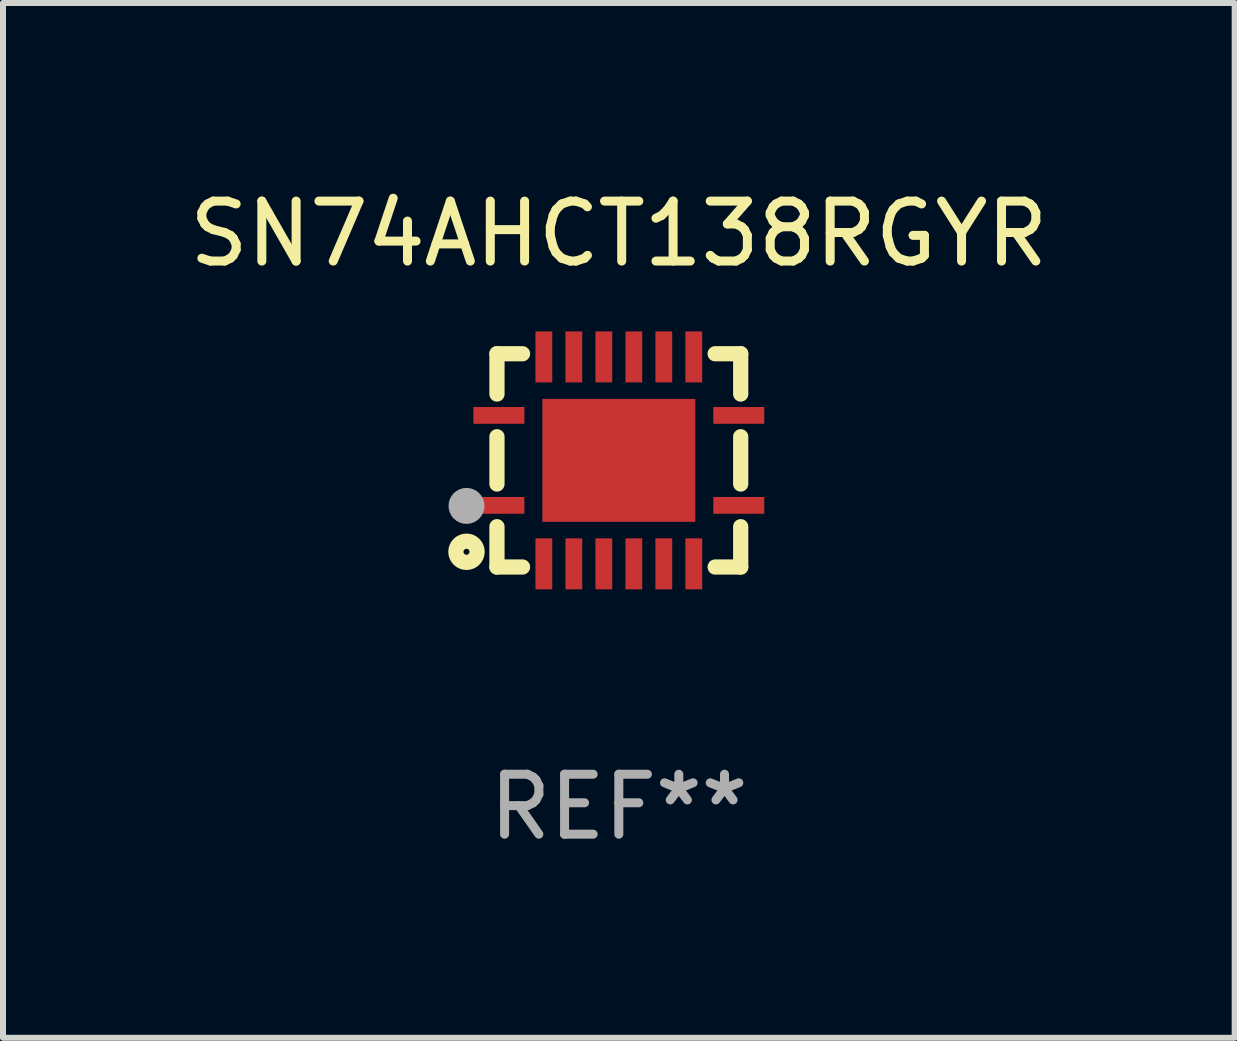
<source format=kicad_pcb>
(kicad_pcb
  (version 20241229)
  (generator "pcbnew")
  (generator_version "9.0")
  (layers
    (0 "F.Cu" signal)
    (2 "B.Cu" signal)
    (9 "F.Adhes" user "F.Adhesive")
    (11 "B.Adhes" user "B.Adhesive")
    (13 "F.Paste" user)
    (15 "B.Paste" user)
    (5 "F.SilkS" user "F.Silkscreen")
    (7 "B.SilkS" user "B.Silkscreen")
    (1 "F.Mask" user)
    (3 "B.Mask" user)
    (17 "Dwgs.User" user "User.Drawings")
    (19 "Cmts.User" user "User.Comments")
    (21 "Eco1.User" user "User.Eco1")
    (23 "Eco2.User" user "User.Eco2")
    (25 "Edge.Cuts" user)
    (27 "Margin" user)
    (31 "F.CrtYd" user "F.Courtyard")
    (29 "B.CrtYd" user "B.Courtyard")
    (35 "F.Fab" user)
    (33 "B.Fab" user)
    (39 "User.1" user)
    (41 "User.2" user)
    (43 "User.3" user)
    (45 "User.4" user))
  (footprint "SN74AHCT138RGYR"
    (layer "F.Cu")
    (at 7.268 4.626)
    (property "Reference" "SN74AHCT138RGYR" (at 0 -3.778 0) (layer "F.SilkS") (effects (font (size 1 1) (thickness 0.15))))
    (attr through_hole)
    (fp_line (start -2.032 -1.778) (end -2.032 -1.106) (stroke (width 0.254) (type solid)) (layer "F.SilkS"))
    (fp_line (start -2.032 -0.394) (end -2.032 0.394) (stroke (width 0.254) (type solid)) (layer "F.SilkS"))
    (fp_line (start -2.032 1.106) (end -2.032 1.778) (stroke (width 0.254) (type solid)) (layer "F.SilkS"))
    (fp_line (start -2.032 1.778) (end -1.606 1.778) (stroke (width 0.254) (type solid)) (layer "F.SilkS"))
    (fp_line (start -1.606 -1.778) (end -2.032 -1.778) (stroke (width 0.254) (type solid)) (layer "F.SilkS"))
    (fp_line (start 1.606 1.778) (end 2.032 1.778) (stroke (width 0.254) (type solid)) (layer "F.SilkS"))
    (fp_line (start 2.032 -1.778) (end 1.606 -1.778) (stroke (width 0.254) (type solid)) (layer "F.SilkS"))
    (fp_line (start 2.032 -1.106) (end 2.032 -1.778) (stroke (width 0.254) (type solid)) (layer "F.SilkS"))
    (fp_line (start 2.032 0.394) (end 2.032 -0.394) (stroke (width 0.254) (type solid)) (layer "F.SilkS"))
    (fp_line (start 2.032 1.778) (end 2.032 1.106) (stroke (width 0.254) (type solid)) (layer "F.SilkS"))
    (fp_circle (center -2.54 1.524) (end -2.363 1.524) (stroke (width 0.254) (type solid)) (fill no) (layer "F.SilkS"))
    (fp_circle (center -2.002 1.752) (end -1.952 1.752) (stroke (width 0.1) (type solid)) (fill no) (layer "F.SilkS"))
    (fp_circle (center -2.54 0.759) (end -2.39 0.759) (stroke (width 0.3) (type solid)) (fill no) (layer "F.Fab"))
    (fp_text user "REF**" (at 0 5.778 0) (layer "F.Fab") (effects (font (size 1 1) (thickness 0.15))))
    (pad "1" smd rect (at -2 0.75 90) (size 0.28 0.85) (layers "F.Cu" "F.Mask" "F.Paste"))
    (pad "2" smd rect (at -1.25 1.725 180) (size 0.28 0.85) (layers "F.Cu" "F.Mask" "F.Paste"))
    (pad "3" smd rect (at -0.75 1.725 180) (size 0.28 0.85) (layers "F.Cu" "F.Mask" "F.Paste"))
    (pad "4" smd rect (at -0.25 1.725 180) (size 0.28 0.85) (layers "F.Cu" "F.Mask" "F.Paste"))
    (pad "5" smd rect (at 0.25 1.725 180) (size 0.28 0.85) (layers "F.Cu" "F.Mask" "F.Paste"))
    (pad "6" smd rect (at 0.75 1.725 180) (size 0.28 0.85) (layers "F.Cu" "F.Mask" "F.Paste"))
    (pad "7" smd rect (at 1.25 1.725 180) (size 0.28 0.85) (layers "F.Cu" "F.Mask" "F.Paste"))
    (pad "8" smd rect (at 2 0.75 270) (size 0.28 0.85) (layers "F.Cu" "F.Mask" "F.Paste"))
    (pad "9" smd rect (at 2 -0.75 270) (size 0.28 0.85) (layers "F.Cu" "F.Mask" "F.Paste"))
    (pad "10" smd rect (at 1.25 -1.725) (size 0.28 0.85) (layers "F.Cu" "F.Mask" "F.Paste"))
    (pad "11" smd rect (at 0.75 -1.725) (size 0.28 0.85) (layers "F.Cu" "F.Mask" "F.Paste"))
    (pad "12" smd rect (at 0.25 -1.725) (size 0.28 0.85) (layers "F.Cu" "F.Mask" "F.Paste"))
    (pad "13" smd rect (at -0.25 -1.725) (size 0.28 0.85) (layers "F.Cu" "F.Mask" "F.Paste"))
    (pad "14" smd rect (at -0.75 -1.725) (size 0.28 0.85) (layers "F.Cu" "F.Mask" "F.Paste"))
    (pad "15" smd rect (at -1.25 -1.725) (size 0.28 0.85) (layers "F.Cu" "F.Mask" "F.Paste"))
    (pad "16" smd rect (at -2 -0.75 90) (size 0.28 0.85) (layers "F.Cu" "F.Mask" "F.Paste"))
    (pad "17" smd rect (at 0.000051 0 270) (size 2.05 2.55) (layers "F.Cu" "F.Mask" "F.Paste")))
  (gr_rect
    (start -3 -3)
    (end 17.536 14.253)
    (stroke (width 0.1) (type default))
    (fill no)
    (layer "Edge.Cuts")))
</source>
